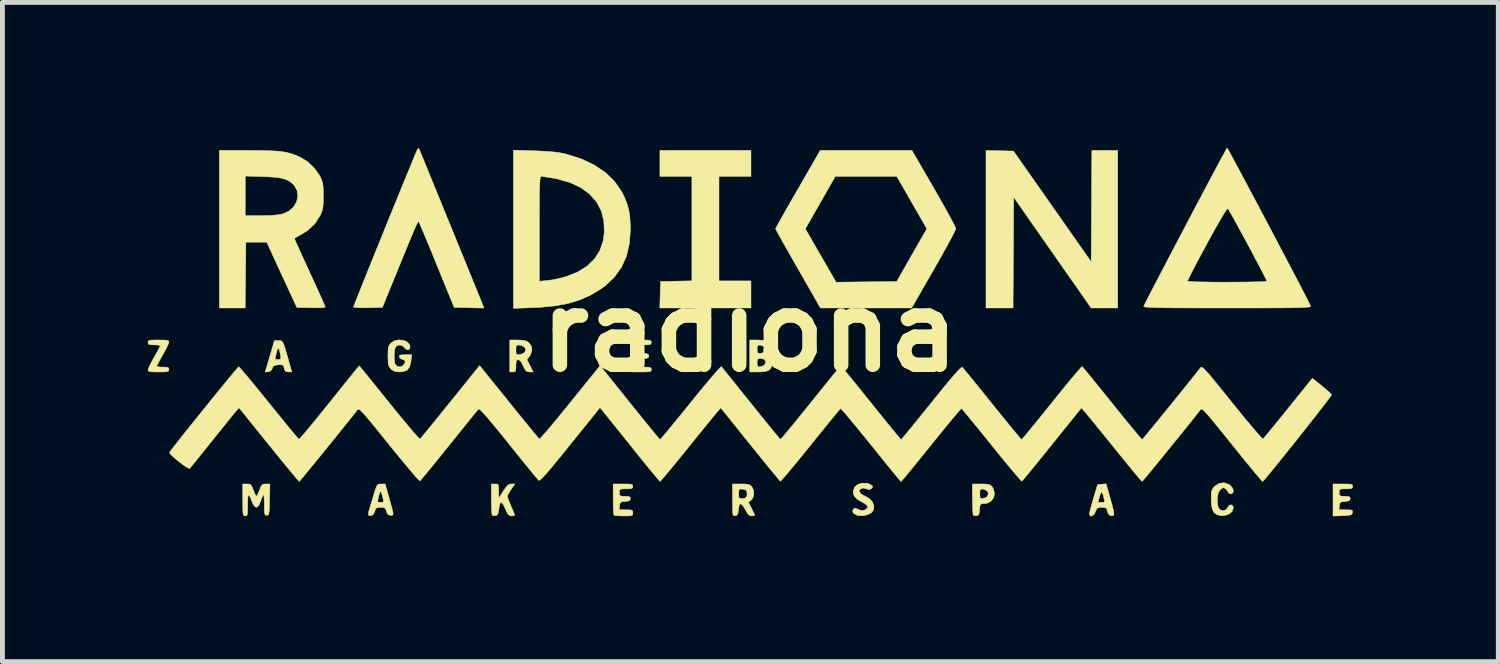
<source format=kicad_pcb>
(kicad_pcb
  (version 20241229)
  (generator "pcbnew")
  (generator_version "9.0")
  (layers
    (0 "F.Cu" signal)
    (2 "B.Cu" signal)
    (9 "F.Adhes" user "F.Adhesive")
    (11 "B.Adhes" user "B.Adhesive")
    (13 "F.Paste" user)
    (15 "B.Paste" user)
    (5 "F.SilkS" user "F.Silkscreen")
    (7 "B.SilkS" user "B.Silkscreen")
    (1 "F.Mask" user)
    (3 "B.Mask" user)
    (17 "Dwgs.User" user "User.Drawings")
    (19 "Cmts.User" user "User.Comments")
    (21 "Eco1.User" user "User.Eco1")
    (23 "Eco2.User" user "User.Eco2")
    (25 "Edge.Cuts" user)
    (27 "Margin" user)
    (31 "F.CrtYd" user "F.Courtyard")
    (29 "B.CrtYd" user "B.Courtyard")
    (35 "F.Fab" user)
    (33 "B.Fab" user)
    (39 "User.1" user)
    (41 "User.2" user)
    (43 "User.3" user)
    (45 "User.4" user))
  (footprint "radiona"
    (layer "F.Cu")
    (at 12.426 3.79)
    (property "Reference" "radiona" (at 0 0 0) (layer "F.SilkS") (effects (font (size 1.524 1.524) (thickness 0.3))))
    (attr through_hole)
    (fp_poly (pts (xy 0.025 -3.2) (xy -0.635 -3.2) (xy -0.635 -1.041) (xy 0.025 -1.041) (xy 0.025 -0.483) (xy -1.856 -0.483) (xy -1.849 -0.756) (xy -1.841 -1.029) (xy -1.194 -1.043) (xy -1.194 -3.2) (xy -1.854 -3.2) (xy -1.854 -3.734) (xy 0.025 -3.734) (xy 0.025 -3.2)) (stroke (width 0.01) (type solid)) (fill yes) (layer "F.SilkS"))
    (fp_poly (pts (xy 5.444 -3.721) (xy 7.048 -1.435) (xy 7.055 -2.584) (xy 7.062 -3.734) (xy 7.595 -3.734) (xy 7.595 -0.483) (xy 7.048 -0.483) (xy 6.248 -1.626) (xy 5.448 -2.77) (xy 5.442 -1.626) (xy 5.435 -0.483) (xy 4.877 -0.483) (xy 4.877 -3.735) (xy 5.444 -3.721)) (stroke (width 0.01) (type solid)) (fill yes) (layer "F.SilkS"))
    (fp_poly (pts (xy -2.134 0.179) (xy -2.073 0.184) (xy -2.043 0.195) (xy -2.033 0.215) (xy -2.032 0.229) (xy -2.038 0.258) (xy -2.064 0.273) (xy -2.122 0.279) (xy -2.173 0.279) (xy -2.315 0.279) (xy -2.307 0.362) (xy -2.297 0.414) (xy -2.273 0.44) (xy -2.219 0.45) (xy -2.191 0.452) (xy -2.121 0.462) (xy -2.089 0.482) (xy -2.083 0.509) (xy -2.091 0.54) (xy -2.123 0.555) (xy -2.193 0.559) (xy -2.197 0.559) (xy -2.267 0.561) (xy -2.301 0.574) (xy -2.311 0.608) (xy -2.311 0.648) (xy -2.311 0.737) (xy -2.172 0.737) (xy -2.091 0.739) (xy -2.049 0.748) (xy -2.033 0.77) (xy -2.032 0.787) (xy -2.036 0.813) (xy -2.056 0.828) (xy -2.101 0.835) (xy -2.182 0.838) (xy -2.235 0.838) (xy -2.438 0.838) (xy -2.438 0.178) (xy -2.235 0.178) (xy -2.134 0.179)) (stroke (width 0.01) (type solid)) (fill yes) (layer "F.SilkS"))
    (fp_poly (pts (xy 2.421 3.137) (xy 2.464 3.15) (xy 2.524 3.181) (xy 2.536 3.211) (xy 2.505 3.248) (xy 2.504 3.25) (xy 2.459 3.267) (xy 2.414 3.252) (xy 2.351 3.235) (xy 2.31 3.239) (xy 2.267 3.27) (xy 2.265 3.314) (xy 2.302 3.359) (xy 2.34 3.38) (xy 2.461 3.446) (xy 2.536 3.525) (xy 2.564 3.614) (xy 2.55 3.695) (xy 2.505 3.748) (xy 2.427 3.786) (xy 2.333 3.806) (xy 2.24 3.801) (xy 2.21 3.792) (xy 2.143 3.756) (xy 2.124 3.712) (xy 2.134 3.682) (xy 2.155 3.653) (xy 2.184 3.651) (xy 2.237 3.675) (xy 2.307 3.7) (xy 2.365 3.692) (xy 2.377 3.687) (xy 2.428 3.648) (xy 2.43 3.604) (xy 2.384 3.559) (xy 2.343 3.538) (xy 2.224 3.469) (xy 2.153 3.393) (xy 2.133 3.311) (xy 2.162 3.223) (xy 2.172 3.207) (xy 2.235 3.157) (xy 2.324 3.133) (xy 2.421 3.137)) (stroke (width 0.01) (type solid)) (fill yes) (layer "F.SilkS"))
    (fp_poly (pts (xy 4.769 3.15) (xy 4.874 3.152) (xy 4.942 3.163) (xy 4.984 3.185) (xy 5.015 3.224) (xy 5.025 3.243) (xy 5.052 3.34) (xy 5.036 3.431) (xy 4.983 3.504) (xy 4.901 3.548) (xy 4.841 3.556) (xy 4.788 3.559) (xy 4.761 3.575) (xy 4.749 3.619) (xy 4.745 3.677) (xy 4.736 3.753) (xy 4.718 3.791) (xy 4.685 3.805) (xy 4.635 3.803) (xy 4.615 3.794) (xy 4.609 3.763) (xy 4.603 3.692) (xy 4.599 3.591) (xy 4.597 3.47) (xy 4.597 3.463) (xy 4.597 3.353) (xy 4.75 3.353) (xy 4.752 3.419) (xy 4.766 3.447) (xy 4.801 3.451) (xy 4.817 3.45) (xy 4.878 3.428) (xy 4.912 3.397) (xy 4.925 3.339) (xy 4.895 3.289) (xy 4.832 3.258) (xy 4.817 3.256) (xy 4.774 3.255) (xy 4.755 3.274) (xy 4.75 3.327) (xy 4.75 3.353) (xy 4.597 3.353) (xy 4.597 3.15) (xy 4.769 3.15)) (stroke (width 0.01) (type solid)) (fill yes) (layer "F.SilkS"))
    (fp_poly (pts (xy 12.344 3.151) (xy 12.405 3.156) (xy 12.435 3.167) (xy 12.445 3.187) (xy 12.446 3.2) (xy 12.44 3.23) (xy 12.414 3.245) (xy 12.355 3.251) (xy 12.306 3.251) (xy 12.226 3.252) (xy 12.185 3.261) (xy 12.169 3.283) (xy 12.167 3.326) (xy 12.167 3.327) (xy 12.17 3.374) (xy 12.189 3.396) (xy 12.238 3.403) (xy 12.281 3.404) (xy 12.353 3.407) (xy 12.386 3.421) (xy 12.395 3.451) (xy 12.395 3.453) (xy 12.385 3.486) (xy 12.347 3.503) (xy 12.287 3.51) (xy 12.219 3.518) (xy 12.186 3.537) (xy 12.174 3.579) (xy 12.171 3.6) (xy 12.163 3.683) (xy 12.306 3.683) (xy 12.387 3.685) (xy 12.429 3.692) (xy 12.443 3.712) (xy 12.441 3.74) (xy 12.433 3.769) (xy 12.412 3.787) (xy 12.366 3.797) (xy 12.286 3.803) (xy 12.236 3.805) (xy 12.04 3.812) (xy 12.04 3.15) (xy 12.243 3.15) (xy 12.344 3.151)) (stroke (width 0.01) (type solid)) (fill yes) (layer "F.SilkS"))
    (fp_poly (pts (xy -9.694 0.191) (xy -9.67 0.196) (xy -9.649 0.213) (xy -9.629 0.248) (xy -9.606 0.307) (xy -9.578 0.397) (xy -9.541 0.525) (xy -9.505 0.654) (xy -9.453 0.838) (xy -9.524 0.838) (xy -9.577 0.829) (xy -9.603 0.792) (xy -9.61 0.761) (xy -9.624 0.712) (xy -9.65 0.691) (xy -9.703 0.689) (xy -9.733 0.691) (xy -9.804 0.701) (xy -9.84 0.723) (xy -9.855 0.762) (xy -9.887 0.816) (xy -9.936 0.833) (xy -10.002 0.841) (xy -9.916 0.548) (xy -9.796 0.548) (xy -9.791 0.575) (xy -9.744 0.584) (xy -9.74 0.584) (xy -9.698 0.581) (xy -9.68 0.563) (xy -9.682 0.515) (xy -9.688 0.476) (xy -9.707 0.39) (xy -9.727 0.351) (xy -9.747 0.359) (xy -9.764 0.417) (xy -9.765 0.419) (xy -9.78 0.491) (xy -9.794 0.544) (xy -9.796 0.548) (xy -9.916 0.548) (xy -9.906 0.516) (xy -9.811 0.191) (xy -9.726 0.191) (xy -9.694 0.191)) (stroke (width 0.01) (type solid)) (fill yes) (layer "F.SilkS"))
    (fp_poly (pts (xy 9.89 3.159) (xy 9.915 3.177) (xy 9.963 3.231) (xy 9.983 3.287) (xy 9.974 3.332) (xy 9.936 3.353) (xy 9.931 3.353) (xy 9.89 3.343) (xy 9.881 3.329) (xy 9.862 3.291) (xy 9.822 3.249) (xy 9.782 3.226) (xy 9.777 3.226) (xy 9.744 3.242) (xy 9.703 3.277) (xy 9.67 3.339) (xy 9.652 3.432) (xy 9.653 3.539) (xy 9.668 3.625) (xy 9.703 3.68) (xy 9.76 3.702) (xy 9.819 3.69) (xy 9.863 3.645) (xy 9.869 3.63) (xy 9.9 3.588) (xy 9.942 3.582) (xy 9.975 3.609) (xy 9.982 3.643) (xy 9.96 3.714) (xy 9.9 3.767) (xy 9.817 3.799) (xy 9.723 3.805) (xy 9.636 3.78) (xy 9.581 3.736) (xy 9.546 3.661) (xy 9.528 3.549) (xy 9.525 3.451) (xy 9.527 3.354) (xy 9.536 3.292) (xy 9.557 3.247) (xy 9.594 3.203) (xy 9.599 3.198) (xy 9.691 3.138) (xy 9.791 3.125) (xy 9.89 3.159)) (stroke (width 0.01) (type solid)) (fill yes) (layer "F.SilkS"))
    (fp_poly (pts (xy -4.687 0.183) (xy -4.616 0.199) (xy -4.563 0.23) (xy -4.509 0.302) (xy -4.496 0.39) (xy -4.525 0.482) (xy -4.548 0.516) (xy -4.599 0.582) (xy -4.534 0.71) (xy -4.47 0.838) (xy -4.545 0.838) (xy -4.592 0.832) (xy -4.626 0.808) (xy -4.658 0.752) (xy -4.676 0.711) (xy -4.72 0.626) (xy -4.762 0.588) (xy -4.778 0.584) (xy -4.807 0.592) (xy -4.821 0.623) (xy -4.826 0.69) (xy -4.826 0.711) (xy -4.828 0.787) (xy -4.839 0.824) (xy -4.864 0.837) (xy -4.889 0.838) (xy -4.953 0.838) (xy -4.953 0.381) (xy -4.826 0.381) (xy -4.824 0.447) (xy -4.809 0.476) (xy -4.772 0.48) (xy -4.746 0.478) (xy -4.681 0.459) (xy -4.638 0.425) (xy -4.625 0.367) (xy -4.656 0.318) (xy -4.721 0.288) (xy -4.746 0.284) (xy -4.797 0.282) (xy -4.82 0.299) (xy -4.826 0.347) (xy -4.826 0.381) (xy -4.953 0.381) (xy -4.953 0.178) (xy -4.791 0.178) (xy -4.687 0.183)) (stroke (width 0.01) (type solid)) (fill yes) (layer "F.SilkS"))
    (fp_poly (pts (xy 7.447 3.468) (xy 7.484 3.603) (xy 7.507 3.697) (xy 7.517 3.757) (xy 7.514 3.79) (xy 7.503 3.802) (xy 7.442 3.804) (xy 7.399 3.761) (xy 7.383 3.711) (xy 7.368 3.66) (xy 7.338 3.637) (xy 7.277 3.632) (xy 7.267 3.632) (xy 7.2 3.637) (xy 7.164 3.659) (xy 7.14 3.713) (xy 7.137 3.721) (xy 7.107 3.777) (xy 7.067 3.809) (xy 7.032 3.812) (xy 7.013 3.781) (xy 7.012 3.766) (xy 7.02 3.724) (xy 7.039 3.646) (xy 7.067 3.543) (xy 7.073 3.524) (xy 7.189 3.524) (xy 7.21 3.529) (xy 7.262 3.531) (xy 7.31 3.528) (xy 7.326 3.511) (xy 7.318 3.464) (xy 7.31 3.435) (xy 7.286 3.354) (xy 7.266 3.321) (xy 7.248 3.334) (xy 7.226 3.393) (xy 7.223 3.406) (xy 7.203 3.474) (xy 7.19 3.517) (xy 7.189 3.524) (xy 7.073 3.524) (xy 7.097 3.442) (xy 7.18 3.162) (xy 7.268 3.155) (xy 7.356 3.147) (xy 7.447 3.468)) (stroke (width 0.01) (type solid)) (fill yes) (layer "F.SilkS"))
    (fp_poly (pts (xy -5.215 3.152) (xy -5.192 3.166) (xy -5.183 3.206) (xy -5.181 3.282) (xy -5.181 3.296) (xy -5.181 3.442) (xy -5.086 3.296) (xy -5.03 3.215) (xy -4.986 3.17) (xy -4.945 3.152) (xy -4.92 3.15) (xy -4.849 3.15) (xy -4.926 3.262) (xy -4.97 3.331) (xy -4.998 3.384) (xy -5.004 3.404) (xy -4.994 3.44) (xy -4.969 3.509) (xy -4.933 3.595) (xy -4.928 3.607) (xy -4.891 3.692) (xy -4.864 3.759) (xy -4.852 3.794) (xy -4.851 3.795) (xy -4.873 3.806) (xy -4.917 3.81) (xy -4.956 3.803) (xy -4.987 3.776) (xy -5.021 3.718) (xy -5.048 3.657) (xy -5.091 3.569) (xy -5.125 3.532) (xy -5.151 3.544) (xy -5.17 3.607) (xy -5.18 3.677) (xy -5.194 3.753) (xy -5.215 3.792) (xy -5.246 3.805) (xy -5.297 3.803) (xy -5.316 3.794) (xy -5.323 3.763) (xy -5.329 3.692) (xy -5.332 3.591) (xy -5.334 3.47) (xy -5.334 3.463) (xy -5.334 3.15) (xy -5.258 3.15) (xy -5.215 3.152)) (stroke (width 0.01) (type solid)) (fill yes) (layer "F.SilkS"))
    (fp_poly (pts (xy -12.098 0.179) (xy -12.033 0.185) (xy -12 0.196) (xy -11.989 0.214) (xy -11.989 0.219) (xy -12.001 0.258) (xy -12.033 0.329) (xy -12.081 0.42) (xy -12.116 0.483) (xy -12.169 0.577) (xy -12.212 0.656) (xy -12.237 0.707) (xy -12.243 0.721) (xy -12.22 0.73) (xy -12.162 0.736) (xy -12.116 0.737) (xy -12.04 0.739) (xy -12.002 0.751) (xy -11.989 0.776) (xy -11.989 0.787) (xy -11.993 0.812) (xy -12.011 0.827) (xy -12.055 0.835) (xy -12.133 0.838) (xy -12.205 0.838) (xy -12.311 0.837) (xy -12.376 0.831) (xy -12.41 0.82) (xy -12.42 0.802) (xy -12.421 0.797) (xy -12.409 0.758) (xy -12.376 0.687) (xy -12.329 0.596) (xy -12.294 0.533) (xy -12.24 0.439) (xy -12.198 0.36) (xy -12.172 0.309) (xy -12.167 0.295) (xy -12.189 0.286) (xy -12.248 0.28) (xy -12.294 0.279) (xy -12.37 0.277) (xy -12.408 0.265) (xy -12.42 0.24) (xy -12.421 0.229) (xy -12.417 0.204) (xy -12.398 0.189) (xy -12.355 0.181) (xy -12.277 0.178) (xy -12.205 0.178) (xy -12.098 0.179)) (stroke (width 0.01) (type solid)) (fill yes) (layer "F.SilkS"))
    (fp_poly (pts (xy -7.157 0.183) (xy -7.079 0.213) (xy -7.027 0.263) (xy -7.01 0.319) (xy -7.026 0.368) (xy -7.065 0.381) (xy -7.111 0.356) (xy -7.132 0.33) (xy -7.181 0.289) (xy -7.244 0.282) (xy -7.299 0.308) (xy -7.314 0.329) (xy -7.332 0.392) (xy -7.339 0.483) (xy -7.337 0.58) (xy -7.324 0.66) (xy -7.314 0.687) (xy -7.27 0.728) (xy -7.212 0.733) (xy -7.157 0.707) (xy -7.12 0.655) (xy -7.112 0.613) (xy -7.134 0.59) (xy -7.169 0.58) (xy -7.217 0.556) (xy -7.234 0.527) (xy -7.232 0.501) (xy -7.204 0.487) (xy -7.141 0.483) (xy -7.11 0.483) (xy -6.978 0.483) (xy -6.993 0.616) (xy -7.019 0.727) (xy -7.068 0.797) (xy -7.149 0.831) (xy -7.23 0.838) (xy -7.32 0.829) (xy -7.385 0.795) (xy -7.405 0.776) (xy -7.437 0.739) (xy -7.455 0.698) (xy -7.465 0.638) (xy -7.467 0.545) (xy -7.468 0.508) (xy -7.466 0.403) (xy -7.459 0.334) (xy -7.444 0.288) (xy -7.416 0.252) (xy -7.405 0.24) (xy -7.333 0.194) (xy -7.246 0.176) (xy -7.157 0.183)) (stroke (width 0.01) (type solid)) (fill yes) (layer "F.SilkS"))
    (fp_poly (pts (xy -2.515 3.151) (xy -2.454 3.156) (xy -2.424 3.167) (xy -2.414 3.187) (xy -2.413 3.2) (xy -2.419 3.23) (xy -2.445 3.245) (xy -2.504 3.251) (xy -2.553 3.251) (xy -2.633 3.252) (xy -2.674 3.261) (xy -2.69 3.283) (xy -2.692 3.326) (xy -2.692 3.327) (xy -2.689 3.374) (xy -2.67 3.396) (xy -2.621 3.403) (xy -2.578 3.404) (xy -2.506 3.407) (xy -2.473 3.421) (xy -2.464 3.451) (xy -2.464 3.453) (xy -2.474 3.486) (xy -2.512 3.503) (xy -2.572 3.51) (xy -2.64 3.518) (xy -2.673 3.537) (xy -2.685 3.579) (xy -2.688 3.6) (xy -2.696 3.683) (xy -2.554 3.683) (xy -2.474 3.685) (xy -2.432 3.693) (xy -2.415 3.714) (xy -2.413 3.747) (xy -2.415 3.779) (xy -2.43 3.798) (xy -2.468 3.807) (xy -2.539 3.81) (xy -2.599 3.81) (xy -2.692 3.808) (xy -2.764 3.802) (xy -2.801 3.794) (xy -2.802 3.793) (xy -2.809 3.763) (xy -2.814 3.692) (xy -2.818 3.591) (xy -2.819 3.47) (xy -2.819 3.463) (xy -2.819 3.15) (xy -2.616 3.15) (xy -2.515 3.151)) (stroke (width 0.01) (type solid)) (fill yes) (layer "F.SilkS"))
    (fp_poly (pts (xy -7.442 3.448) (xy -7.404 3.585) (xy -7.378 3.681) (xy -7.364 3.742) (xy -7.362 3.777) (xy -7.371 3.793) (xy -7.39 3.797) (xy -7.415 3.797) (xy -7.463 3.785) (xy -7.491 3.741) (xy -7.498 3.715) (xy -7.518 3.661) (xy -7.549 3.638) (xy -7.611 3.632) (xy -7.62 3.632) (xy -7.686 3.636) (xy -7.72 3.657) (xy -7.739 3.707) (xy -7.741 3.715) (xy -7.773 3.782) (xy -7.818 3.805) (xy -7.864 3.799) (xy -7.874 3.777) (xy -7.867 3.728) (xy -7.85 3.668) (xy -7.832 3.61) (xy -7.805 3.52) (xy -7.795 3.486) (xy -7.678 3.486) (xy -7.676 3.519) (xy -7.652 3.53) (xy -7.62 3.531) (xy -7.578 3.528) (xy -7.562 3.513) (xy -7.565 3.47) (xy -7.577 3.416) (xy -7.596 3.349) (xy -7.613 3.308) (xy -7.62 3.302) (xy -7.635 3.324) (xy -7.654 3.381) (xy -7.663 3.416) (xy -7.678 3.486) (xy -7.795 3.486) (xy -7.773 3.413) (xy -7.761 3.372) (xy -7.729 3.267) (xy -7.705 3.202) (xy -7.684 3.167) (xy -7.657 3.152) (xy -7.62 3.15) (xy -7.61 3.15) (xy -7.526 3.15) (xy -7.442 3.448)) (stroke (width 0.01) (type solid)) (fill yes) (layer "F.SilkS"))
    (fp_poly (pts (xy 0.306 0.187) (xy 0.395 0.215) (xy 0.444 0.264) (xy 0.457 0.326) (xy 0.443 0.4) (xy 0.42 0.449) (xy 0.395 0.492) (xy 0.405 0.52) (xy 0.42 0.534) (xy 0.445 0.58) (xy 0.457 0.652) (xy 0.457 0.662) (xy 0.446 0.741) (xy 0.407 0.794) (xy 0.334 0.825) (xy 0.221 0.837) (xy 0.172 0.838) (xy 0 0.838) (xy 0 0.649) (xy 0.152 0.649) (xy 0.156 0.709) (xy 0.175 0.732) (xy 0.219 0.732) (xy 0.22 0.732) (xy 0.28 0.711) (xy 0.313 0.683) (xy 0.329 0.623) (xy 0.301 0.578) (xy 0.237 0.559) (xy 0.229 0.559) (xy 0.178 0.564) (xy 0.157 0.588) (xy 0.152 0.647) (xy 0.152 0.649) (xy 0 0.649) (xy 0 0.366) (xy 0.152 0.366) (xy 0.152 0.367) (xy 0.157 0.428) (xy 0.178 0.453) (xy 0.213 0.457) (xy 0.274 0.441) (xy 0.307 0.417) (xy 0.324 0.365) (xy 0.3 0.318) (xy 0.241 0.288) (xy 0.22 0.284) (xy 0.175 0.284) (xy 0.156 0.307) (xy 0.152 0.366) (xy 0 0.366) (xy 0 0.178) (xy 0.172 0.178) (xy 0.306 0.187)) (stroke (width 0.01) (type solid)) (fill yes) (layer "F.SilkS"))
    (fp_poly (pts (xy -0.082 3.152) (xy -0.019 3.163) (xy 0.022 3.185) (xy 0.039 3.202) (xy 0.079 3.277) (xy 0.085 3.364) (xy 0.061 3.445) (xy 0.029 3.482) (xy -0.028 3.528) (xy 0.037 3.655) (xy 0.072 3.727) (xy 0.096 3.779) (xy 0.102 3.796) (xy 0.08 3.807) (xy 0.039 3.81) (xy -0.005 3.8) (xy -0.043 3.763) (xy -0.086 3.689) (xy -0.089 3.683) (xy -0.14 3.597) (xy -0.181 3.56) (xy -0.211 3.572) (xy -0.229 3.633) (xy -0.234 3.677) (xy -0.242 3.752) (xy -0.259 3.79) (xy -0.292 3.804) (xy -0.298 3.805) (xy -0.322 3.807) (xy -0.338 3.799) (xy -0.348 3.774) (xy -0.353 3.724) (xy -0.355 3.64) (xy -0.356 3.515) (xy -0.356 3.482) (xy -0.356 3.351) (xy -0.229 3.351) (xy -0.225 3.418) (xy -0.209 3.447) (xy -0.173 3.454) (xy -0.171 3.454) (xy -0.11 3.445) (xy -0.081 3.432) (xy -0.058 3.393) (xy -0.055 3.337) (xy -0.069 3.285) (xy -0.107 3.262) (xy -0.146 3.256) (xy -0.199 3.254) (xy -0.222 3.27) (xy -0.228 3.318) (xy -0.229 3.351) (xy -0.356 3.351) (xy -0.356 3.15) (xy -0.182 3.15) (xy -0.082 3.152)) (stroke (width 0.01) (type solid)) (fill yes) (layer "F.SilkS"))
    (fp_poly (pts (xy -10.327 3.153) (xy -10.294 3.173) (xy -10.267 3.221) (xy -10.246 3.277) (xy -10.218 3.348) (xy -10.193 3.394) (xy -10.183 3.404) (xy -10.165 3.382) (xy -10.139 3.326) (xy -10.119 3.277) (xy -10.09 3.202) (xy -10.063 3.165) (xy -10.026 3.151) (xy -9.989 3.15) (xy -9.904 3.15) (xy -9.912 3.473) (xy -9.915 3.607) (xy -9.919 3.698) (xy -9.926 3.754) (xy -9.936 3.784) (xy -9.952 3.795) (xy -9.97 3.797) (xy -9.994 3.793) (xy -10.009 3.775) (xy -10.017 3.732) (xy -10.02 3.655) (xy -10.02 3.577) (xy -10.022 3.48) (xy -10.027 3.408) (xy -10.034 3.371) (xy -10.037 3.368) (xy -10.054 3.396) (xy -10.08 3.457) (xy -10.097 3.505) (xy -10.135 3.594) (xy -10.175 3.632) (xy -10.215 3.619) (xy -10.256 3.555) (xy -10.274 3.512) (xy -10.31 3.423) (xy -10.335 3.38) (xy -10.351 3.384) (xy -10.36 3.435) (xy -10.363 3.536) (xy -10.363 3.576) (xy -10.364 3.686) (xy -10.368 3.755) (xy -10.377 3.792) (xy -10.393 3.807) (xy -10.414 3.81) (xy -10.435 3.807) (xy -10.449 3.793) (xy -10.458 3.761) (xy -10.463 3.7) (xy -10.464 3.605) (xy -10.465 3.48) (xy -10.465 3.15) (xy -10.378 3.15) (xy -10.327 3.153)) (stroke (width 0.01) (type solid)) (fill yes) (layer "F.SilkS"))
    (fp_poly (pts (xy 3.801 -2.953) (xy 3.906 -2.77) (xy 4.002 -2.6) (xy 4.087 -2.447) (xy 4.158 -2.317) (xy 4.211 -2.216) (xy 4.244 -2.148) (xy 4.254 -2.121) (xy 4.242 -2.088) (xy 4.207 -2.016) (xy 4.152 -1.911) (xy 4.08 -1.778) (xy 3.994 -1.623) (xy 3.897 -1.45) (xy 3.798 -1.276) (xy 3.342 -0.483) (xy 2.401 -0.483) (xy 1.46 -0.483) (xy 0.997 -1.292) (xy 0.891 -1.476) (xy 0.794 -1.647) (xy 0.708 -1.799) (xy 0.636 -1.927) (xy 0.581 -2.026) (xy 0.546 -2.092) (xy 0.534 -2.117) (xy 1.147 -2.117) (xy 1.263 -1.916) (xy 1.318 -1.819) (xy 1.391 -1.693) (xy 1.473 -1.552) (xy 1.555 -1.409) (xy 1.581 -1.365) (xy 1.782 -1.015) (xy 2.408 -1.022) (xy 3.034 -1.029) (xy 3.345 -1.574) (xy 3.656 -2.119) (xy 3.611 -2.196) (xy 3.585 -2.241) (xy 3.539 -2.322) (xy 3.476 -2.432) (xy 3.401 -2.561) (xy 3.32 -2.703) (xy 3.301 -2.737) (xy 3.035 -3.2) (xy 2.4 -3.199) (xy 1.765 -3.199) (xy 1.524 -2.776) (xy 1.443 -2.634) (xy 1.366 -2.5) (xy 1.299 -2.382) (xy 1.246 -2.289) (xy 1.215 -2.235) (xy 1.147 -2.117) (xy 0.534 -2.117) (xy 0.533 -2.118) (xy 0.533 -2.118) (xy 0.546 -2.144) (xy 0.581 -2.208) (xy 0.635 -2.306) (xy 0.707 -2.434) (xy 0.793 -2.585) (xy 0.89 -2.754) (xy 0.994 -2.935) (xy 1.455 -3.734) (xy 3.348 -3.734) (xy 3.801 -2.953)) (stroke (width 0.01) (type solid)) (fill yes) (layer "F.SilkS"))
    (fp_poly (pts (xy -4.439 -3.727) (xy -4.235 -3.718) (xy -4.071 -3.706) (xy -3.936 -3.69) (xy -3.82 -3.667) (xy -3.791 -3.66) (xy -3.483 -3.563) (xy -3.213 -3.436) (xy -2.982 -3.281) (xy -2.793 -3.099) (xy -2.647 -2.889) (xy -2.605 -2.809) (xy -2.542 -2.661) (xy -2.5 -2.52) (xy -2.475 -2.369) (xy -2.465 -2.192) (xy -2.464 -2.1) (xy -2.484 -1.812) (xy -2.545 -1.554) (xy -2.648 -1.324) (xy -2.793 -1.121) (xy -2.98 -0.943) (xy -3.084 -0.868) (xy -3.292 -0.745) (xy -3.509 -0.649) (xy -3.745 -0.577) (xy -4.008 -0.528) (xy -4.307 -0.498) (xy -4.464 -0.49) (xy -4.877 -0.475) (xy -4.877 -2.117) (xy -4.343 -2.117) (xy -4.343 -1.034) (xy -4.167 -1.051) (xy -4.051 -1.067) (xy -3.916 -1.096) (xy -3.792 -1.13) (xy -3.79 -1.13) (xy -3.55 -1.226) (xy -3.354 -1.349) (xy -3.201 -1.498) (xy -3.091 -1.674) (xy -3.024 -1.877) (xy -3.002 -2.047) (xy -3.012 -2.28) (xy -3.066 -2.49) (xy -3.164 -2.675) (xy -3.304 -2.834) (xy -3.485 -2.966) (xy -3.706 -3.071) (xy -3.967 -3.145) (xy -4.051 -3.162) (xy -4.155 -3.179) (xy -4.242 -3.192) (xy -4.298 -3.2) (xy -4.309 -3.2) (xy -4.317 -3.193) (xy -4.324 -3.169) (xy -4.33 -3.123) (xy -4.335 -3.053) (xy -4.338 -2.952) (xy -4.341 -2.818) (xy -4.342 -2.647) (xy -4.343 -2.434) (xy -4.343 -2.175) (xy -4.343 -2.117) (xy -4.877 -2.117) (xy -4.877 -3.74) (xy -4.439 -3.727)) (stroke (width 0.01) (type solid)) (fill yes) (layer "F.SilkS"))
    (fp_poly (pts (xy -6.823 -3.762) (xy -6.811 -3.734) (xy -6.798 -3.7) (xy -6.766 -3.622) (xy -6.719 -3.507) (xy -6.658 -3.357) (xy -6.585 -3.177) (xy -6.5 -2.971) (xy -6.407 -2.743) (xy -6.307 -2.498) (xy -6.202 -2.24) (xy -6.189 -2.21) (xy -6.082 -1.948) (xy -5.98 -1.697) (xy -5.883 -1.461) (xy -5.795 -1.244) (xy -5.717 -1.052) (xy -5.65 -0.889) (xy -5.598 -0.759) (xy -5.56 -0.667) (xy -5.54 -0.617) (xy -5.539 -0.615) (xy -5.487 -0.481) (xy -5.794 -0.488) (xy -6.101 -0.495) (xy -6.461 -1.376) (xy -6.542 -1.575) (xy -6.618 -1.76) (xy -6.686 -1.924) (xy -6.744 -2.062) (xy -6.79 -2.17) (xy -6.821 -2.241) (xy -6.835 -2.272) (xy -6.836 -2.272) (xy -6.85 -2.255) (xy -6.879 -2.198) (xy -6.921 -2.107) (xy -6.971 -1.99) (xy -7.025 -1.861) (xy -7.095 -1.689) (xy -7.177 -1.489) (xy -7.262 -1.28) (xy -7.344 -1.08) (xy -7.391 -0.965) (xy -7.583 -0.495) (xy -7.881 -0.488) (xy -8 -0.487) (xy -8.096 -0.49) (xy -8.158 -0.496) (xy -8.179 -0.504) (xy -8.169 -0.531) (xy -8.143 -0.6) (xy -8.101 -0.706) (xy -8.045 -0.846) (xy -7.978 -1.014) (xy -7.901 -1.205) (xy -7.816 -1.416) (xy -7.725 -1.641) (xy -7.63 -1.875) (xy -7.533 -2.115) (xy -7.436 -2.355) (xy -7.34 -2.59) (xy -7.248 -2.816) (xy -7.161 -3.029) (xy -7.081 -3.223) (xy -7.011 -3.394) (xy -6.952 -3.538) (xy -6.906 -3.649) (xy -6.874 -3.723) (xy -6.86 -3.755) (xy -6.84 -3.779) (xy -6.823 -3.762)) (stroke (width 0.01) (type solid)) (fill yes) (layer "F.SilkS"))
    (fp_poly (pts (xy -10.106 -3.733) (xy -9.924 -3.729) (xy -9.776 -3.722) (xy -9.656 -3.71) (xy -9.553 -3.692) (xy -9.461 -3.667) (xy -9.371 -3.635) (xy -9.279 -3.595) (xy -9.13 -3.504) (xy -8.994 -3.377) (xy -8.887 -3.23) (xy -8.864 -3.188) (xy -8.835 -3.122) (xy -8.816 -3.058) (xy -8.806 -2.982) (xy -8.802 -2.879) (xy -8.801 -2.794) (xy -8.803 -2.669) (xy -8.808 -2.579) (xy -8.821 -2.509) (xy -8.843 -2.446) (xy -8.872 -2.384) (xy -8.982 -2.216) (xy -9.134 -2.077) (xy -9.27 -1.994) (xy -9.34 -1.957) (xy -9.386 -1.927) (xy -9.398 -1.915) (xy -9.388 -1.89) (xy -9.359 -1.823) (xy -9.314 -1.723) (xy -9.255 -1.594) (xy -9.186 -1.442) (xy -9.108 -1.272) (xy -9.081 -1.213) (xy -9.001 -1.039) (xy -8.928 -0.88) (xy -8.865 -0.741) (xy -8.815 -0.629) (xy -8.781 -0.549) (xy -8.764 -0.507) (xy -8.763 -0.503) (xy -8.787 -0.495) (xy -8.851 -0.489) (xy -8.946 -0.487) (xy -9.056 -0.488) (xy -9.349 -0.495) (xy -9.66 -1.168) (xy -9.97 -1.841) (xy -10.401 -1.841) (xy -10.415 -0.483) (xy -10.947 -0.483) (xy -10.947 -2.388) (xy -10.414 -2.388) (xy -10.088 -2.388) (xy -9.883 -2.392) (xy -9.726 -2.407) (xy -9.634 -2.426) (xy -9.51 -2.484) (xy -9.415 -2.569) (xy -9.354 -2.673) (xy -9.328 -2.787) (xy -9.341 -2.9) (xy -9.396 -3.005) (xy -9.431 -3.043) (xy -9.497 -3.096) (xy -9.572 -3.134) (xy -9.667 -3.162) (xy -9.789 -3.18) (xy -9.948 -3.191) (xy -10.052 -3.195) (xy -10.414 -3.206) (xy -10.414 -2.388) (xy -10.947 -2.388) (xy -10.947 -3.734) (xy -10.33 -3.734) (xy -10.106 -3.733)) (stroke (width 0.01) (type solid)) (fill yes) (layer "F.SilkS"))
    (fp_poly (pts (xy 9.868 -3.763) (xy 9.903 -3.7) (xy 9.957 -3.601) (xy 10.028 -3.47) (xy 10.113 -3.312) (xy 10.21 -3.13) (xy 10.317 -2.928) (xy 10.432 -2.712) (xy 10.552 -2.486) (xy 10.675 -2.253) (xy 10.799 -2.018) (xy 10.921 -1.786) (xy 11.04 -1.561) (xy 11.152 -1.347) (xy 11.256 -1.148) (xy 11.35 -0.969) (xy 11.43 -0.813) (xy 11.496 -0.687) (xy 11.543 -0.593) (xy 11.571 -0.535) (xy 11.578 -0.52) (xy 11.575 -0.513) (xy 11.559 -0.506) (xy 11.528 -0.501) (xy 11.477 -0.496) (xy 11.404 -0.493) (xy 11.305 -0.49) (xy 11.177 -0.487) (xy 11.016 -0.485) (xy 10.819 -0.484) (xy 10.583 -0.483) (xy 10.303 -0.483) (xy 9.978 -0.483) (xy 9.855 -0.483) (xy 9.508 -0.483) (xy 9.209 -0.483) (xy 8.954 -0.484) (xy 8.74 -0.485) (xy 8.564 -0.487) (xy 8.424 -0.49) (xy 8.315 -0.493) (xy 8.234 -0.497) (xy 8.179 -0.501) (xy 8.147 -0.507) (xy 8.133 -0.513) (xy 8.132 -0.516) (xy 8.146 -0.545) (xy 8.18 -0.615) (xy 8.234 -0.72) (xy 8.304 -0.856) (xy 8.389 -1.019) (xy 8.397 -1.035) (xy 9.036 -1.035) (xy 9.062 -1.03) (xy 9.134 -1.026) (xy 9.244 -1.022) (xy 9.387 -1.02) (xy 9.555 -1.017) (xy 9.744 -1.016) (xy 9.855 -1.016) (xy 10.053 -1.017) (xy 10.234 -1.018) (xy 10.392 -1.021) (xy 10.52 -1.024) (xy 10.614 -1.028) (xy 10.667 -1.032) (xy 10.676 -1.035) (xy 10.666 -1.06) (xy 10.635 -1.122) (xy 10.587 -1.217) (xy 10.524 -1.337) (xy 10.45 -1.476) (xy 10.37 -1.629) (xy 10.285 -1.787) (xy 10.199 -1.946) (xy 10.116 -2.099) (xy 10.039 -2.239) (xy 9.972 -2.361) (xy 9.918 -2.457) (xy 9.88 -2.522) (xy 9.872 -2.535) (xy 9.855 -2.527) (xy 9.818 -2.477) (xy 9.761 -2.386) (xy 9.683 -2.252) (xy 9.583 -2.076) (xy 9.461 -1.854) (xy 9.438 -1.811) (xy 9.341 -1.632) (xy 9.252 -1.466) (xy 9.175 -1.32) (xy 9.113 -1.199) (xy 9.067 -1.107) (xy 9.041 -1.051) (xy 9.036 -1.035) (xy 8.397 -1.035) (xy 8.486 -1.205) (xy 8.593 -1.41) (xy 8.707 -1.628) (xy 8.827 -1.856) (xy 8.95 -2.09) (xy 9.073 -2.324) (xy 9.195 -2.556) (xy 9.314 -2.78) (xy 9.426 -2.992) (xy 9.53 -3.188) (xy 9.624 -3.363) (xy 9.704 -3.514) (xy 9.77 -3.635) (xy 9.818 -3.724) (xy 9.847 -3.774) (xy 9.854 -3.785) (xy 9.868 -3.763)) (stroke (width 0.01) (type solid)) (fill yes) (layer "F.SilkS"))
    (fp_poly (pts (xy -5.528 0.766) (xy -5.501 0.8) (xy -5.446 0.867) (xy -5.368 0.965) (xy -5.269 1.087) (xy -5.155 1.228) (xy -5.029 1.384) (xy -4.922 1.518) (xy -4.791 1.68) (xy -4.67 1.829) (xy -4.562 1.96) (xy -4.472 2.07) (xy -4.403 2.154) (xy -4.358 2.206) (xy -4.343 2.223) (xy -4.323 2.207) (xy -4.275 2.155) (xy -4.202 2.072) (xy -4.108 1.962) (xy -3.997 1.828) (xy -3.873 1.676) (xy -3.737 1.51) (xy -3.708 1.473) (xy -3.571 1.304) (xy -3.445 1.148) (xy -3.333 1.009) (xy -3.237 0.892) (xy -3.163 0.8) (xy -3.113 0.739) (xy -3.09 0.712) (xy -3.089 0.711) (xy -3.073 0.73) (xy -3.028 0.785) (xy -2.959 0.87) (xy -2.868 0.983) (xy -2.76 1.118) (xy -2.637 1.271) (xy -2.503 1.438) (xy -2.476 1.472) (xy -2.34 1.641) (xy -2.213 1.798) (xy -2.1 1.937) (xy -2.004 2.054) (xy -1.929 2.146) (xy -1.877 2.207) (xy -1.852 2.233) (xy -1.851 2.234) (xy -1.832 2.215) (xy -1.785 2.161) (xy -1.713 2.076) (xy -1.62 1.963) (xy -1.51 1.829) (xy -1.385 1.675) (xy -1.25 1.508) (xy -1.22 1.471) (xy -1.083 1.302) (xy -0.956 1.147) (xy -0.841 1.01) (xy -0.744 0.896) (xy -0.667 0.808) (xy -0.613 0.751) (xy -0.587 0.728) (xy -0.585 0.728) (xy -0.565 0.752) (xy -0.518 0.811) (xy -0.445 0.901) (xy -0.352 1.017) (xy -0.242 1.154) (xy -0.118 1.309) (xy 0.016 1.475) (xy 0.025 1.486) (xy 0.159 1.653) (xy 0.283 1.807) (xy 0.394 1.943) (xy 0.488 2.058) (xy 0.562 2.147) (xy 0.611 2.206) (xy 0.632 2.229) (xy 0.633 2.229) (xy 0.652 2.211) (xy 0.699 2.158) (xy 0.77 2.074) (xy 0.863 1.962) (xy 0.973 1.828) (xy 1.097 1.675) (xy 1.232 1.508) (xy 1.258 1.475) (xy 1.394 1.306) (xy 1.52 1.149) (xy 1.633 1.01) (xy 1.728 0.893) (xy 1.804 0.802) (xy 1.855 0.741) (xy 1.878 0.715) (xy 1.88 0.714) (xy 1.898 0.733) (xy 1.944 0.787) (xy 2.015 0.873) (xy 2.107 0.986) (xy 2.217 1.121) (xy 2.341 1.274) (xy 2.475 1.441) (xy 2.502 1.474) (xy 2.638 1.644) (xy 2.764 1.8) (xy 2.877 1.939) (xy 2.973 2.056) (xy 3.048 2.147) (xy 3.099 2.208) (xy 3.123 2.234) (xy 3.124 2.235) (xy 3.142 2.216) (xy 3.189 2.161) (xy 3.26 2.075) (xy 3.352 1.963) (xy 3.462 1.828) (xy 3.586 1.675) (xy 3.721 1.508) (xy 3.747 1.475) (xy 3.918 1.263) (xy 4.06 1.09) (xy 4.174 0.953) (xy 4.263 0.852) (xy 4.326 0.784) (xy 4.367 0.747) (xy 4.386 0.741) (xy 4.408 0.765) (xy 4.458 0.825) (xy 4.533 0.916) (xy 4.628 1.032) (xy 4.74 1.17) (xy 4.865 1.325) (xy 5 1.492) (xy 5.006 1.5) (xy 5.14 1.666) (xy 5.265 1.82) (xy 5.375 1.955) (xy 5.469 2.069) (xy 5.542 2.156) (xy 5.59 2.213) (xy 5.611 2.235) (xy 5.612 2.235) (xy 5.63 2.215) (xy 5.677 2.161) (xy 5.748 2.075) (xy 5.841 1.962) (xy 5.951 1.827) (xy 6.075 1.674) (xy 6.209 1.507) (xy 6.235 1.475) (xy 6.371 1.306) (xy 6.497 1.15) (xy 6.61 1.013) (xy 6.707 0.898) (xy 6.783 0.808) (xy 6.835 0.75) (xy 6.86 0.726) (xy 6.861 0.726) (xy 6.88 0.747) (xy 6.927 0.804) (xy 6.999 0.891) (xy 7.093 1.006) (xy 7.203 1.142) (xy 7.327 1.295) (xy 7.462 1.462) (xy 7.481 1.486) (xy 7.616 1.654) (xy 7.742 1.808) (xy 7.854 1.946) (xy 7.95 2.061) (xy 8.025 2.15) (xy 8.076 2.209) (xy 8.099 2.233) (xy 8.1 2.234) (xy 8.117 2.215) (xy 8.163 2.161) (xy 8.232 2.078) (xy 8.32 1.971) (xy 8.423 1.846) (xy 8.536 1.706) (xy 8.657 1.558) (xy 8.779 1.407) (xy 8.9 1.258) (xy 9.014 1.116) (xy 9.118 0.986) (xy 9.208 0.873) (xy 9.278 0.784) (xy 9.299 0.757) (xy 9.31 0.745) (xy 9.324 0.741) (xy 9.343 0.747) (xy 9.37 0.767) (xy 9.408 0.806) (xy 9.462 0.865) (xy 9.533 0.949) (xy 9.625 1.061) (xy 9.741 1.204) (xy 9.885 1.382) (xy 9.955 1.47) (xy 10.093 1.639) (xy 10.22 1.795) (xy 10.335 1.933) (xy 10.433 2.048) (xy 10.511 2.138) (xy 10.565 2.197) (xy 10.591 2.221) (xy 10.593 2.222) (xy 10.614 2.199) (xy 10.663 2.142) (xy 10.735 2.055) (xy 10.827 1.942) (xy 10.935 1.81) (xy 11.054 1.663) (xy 11.115 1.588) (xy 11.614 0.968) (xy 11.809 1.125) (xy 11.892 1.195) (xy 11.959 1.254) (xy 12 1.295) (xy 12.009 1.308) (xy 11.995 1.332) (xy 11.953 1.391) (xy 11.886 1.479) (xy 11.799 1.592) (xy 11.696 1.725) (xy 11.58 1.872) (xy 11.456 2.03) (xy 11.326 2.193) (xy 11.196 2.357) (xy 11.069 2.515) (xy 10.949 2.664) (xy 10.84 2.799) (xy 10.745 2.915) (xy 10.669 3.006) (xy 10.616 3.068) (xy 10.589 3.096) (xy 10.586 3.097) (xy 10.567 3.079) (xy 10.519 3.024) (xy 10.447 2.939) (xy 10.354 2.827) (xy 10.243 2.692) (xy 10.119 2.538) (xy 9.984 2.371) (xy 9.954 2.334) (xy 9.798 2.14) (xy 9.67 1.982) (xy 9.568 1.857) (xy 9.489 1.762) (xy 9.428 1.693) (xy 9.384 1.646) (xy 9.352 1.618) (xy 9.33 1.606) (xy 9.315 1.607) (xy 9.303 1.616) (xy 9.299 1.622) (xy 9.242 1.694) (xy 9.165 1.792) (xy 9.07 1.911) (xy 8.962 2.045) (xy 8.845 2.19) (xy 8.724 2.339) (xy 8.602 2.489) (xy 8.485 2.633) (xy 8.376 2.767) (xy 8.279 2.885) (xy 8.199 2.981) (xy 8.14 3.052) (xy 8.106 3.091) (xy 8.099 3.097) (xy 8.08 3.079) (xy 8.033 3.024) (xy 7.961 2.939) (xy 7.868 2.827) (xy 7.758 2.692) (xy 7.633 2.539) (xy 7.498 2.372) (xy 7.468 2.335) (xy 7.332 2.166) (xy 7.205 2.01) (xy 7.092 1.872) (xy 6.997 1.756) (xy 6.921 1.665) (xy 6.87 1.605) (xy 6.847 1.58) (xy 6.846 1.579) (xy 6.829 1.6) (xy 6.783 1.656) (xy 6.713 1.744) (xy 6.622 1.857) (xy 6.512 1.993) (xy 6.389 2.146) (xy 6.255 2.313) (xy 6.236 2.337) (xy 6.1 2.505) (xy 5.974 2.661) (xy 5.862 2.799) (xy 5.766 2.916) (xy 5.691 3.006) (xy 5.64 3.067) (xy 5.617 3.092) (xy 5.616 3.093) (xy 5.596 3.075) (xy 5.549 3.022) (xy 5.477 2.938) (xy 5.384 2.827) (xy 5.273 2.694) (xy 5.149 2.542) (xy 5.014 2.376) (xy 4.993 2.349) (xy 4.857 2.181) (xy 4.731 2.025) (xy 4.618 1.887) (xy 4.522 1.77) (xy 4.447 1.678) (xy 4.396 1.617) (xy 4.373 1.591) (xy 4.372 1.59) (xy 4.353 1.607) (xy 4.306 1.66) (xy 4.235 1.744) (xy 4.142 1.854) (xy 4.032 1.988) (xy 3.908 2.14) (xy 3.773 2.307) (xy 3.747 2.34) (xy 3.61 2.509) (xy 3.484 2.665) (xy 3.371 2.804) (xy 3.275 2.921) (xy 3.2 3.011) (xy 3.148 3.072) (xy 3.125 3.098) (xy 3.123 3.099) (xy 3.105 3.08) (xy 3.059 3.025) (xy 2.987 2.94) (xy 2.895 2.827) (xy 2.785 2.692) (xy 2.661 2.539) (xy 2.527 2.372) (xy 2.501 2.34) (xy 2.365 2.171) (xy 2.239 2.016) (xy 2.125 1.879) (xy 2.029 1.763) (xy 1.953 1.674) (xy 1.9 1.616) (xy 1.875 1.592) (xy 1.874 1.592) (xy 1.855 1.613) (xy 1.807 1.67) (xy 1.735 1.758) (xy 1.641 1.872) (xy 1.531 2.008) (xy 1.406 2.161) (xy 1.271 2.328) (xy 1.253 2.351) (xy 1.118 2.519) (xy 0.992 2.673) (xy 0.879 2.809) (xy 0.784 2.924) (xy 0.708 3.012) (xy 0.657 3.07) (xy 0.634 3.093) (xy 0.633 3.093) (xy 0.613 3.072) (xy 0.566 3.016) (xy 0.494 2.929) (xy 0.4 2.816) (xy 0.29 2.68) (xy 0.166 2.527) (xy 0.031 2.36) (xy 0.012 2.337) (xy -0.123 2.169) (xy -0.248 2.013) (xy -0.359 1.875) (xy -0.453 1.758) (xy -0.527 1.667) (xy -0.576 1.606) (xy -0.597 1.58) (xy -0.597 1.579) (xy -0.614 1.597) (xy -0.66 1.649) (xy -0.73 1.733) (xy -0.821 1.844) (xy -0.931 1.978) (xy -1.054 2.13) (xy -1.189 2.297) (xy -1.22 2.335) (xy -1.357 2.505) (xy -1.484 2.661) (xy -1.598 2.8) (xy -1.695 2.917) (xy -1.772 3.009) (xy -1.824 3.07) (xy -1.849 3.097) (xy -1.851 3.098) (xy -1.87 3.078) (xy -1.917 3.024) (xy -1.988 2.938) (xy -2.08 2.827) (xy -2.189 2.693) (xy -2.31 2.543) (xy -2.426 2.399) (xy -2.558 2.234) (xy -2.682 2.079) (xy -2.795 1.939) (xy -2.89 1.82) (xy -2.966 1.726) (xy -3.017 1.663) (xy -3.038 1.637) (xy -3.091 1.572) (xy -3.706 2.336) (xy -3.869 2.538) (xy -4.003 2.702) (xy -4.111 2.832) (xy -4.196 2.931) (xy -4.26 3.002) (xy -4.306 3.047) (xy -4.336 3.071) (xy -4.354 3.075) (xy -4.356 3.073) (xy -4.38 3.048) (xy -4.431 2.987) (xy -4.506 2.896) (xy -4.602 2.778) (xy -4.715 2.64) (xy -4.84 2.485) (xy -4.975 2.317) (xy -4.981 2.309) (xy -5.14 2.112) (xy -5.271 1.952) (xy -5.376 1.826) (xy -5.457 1.731) (xy -5.518 1.665) (xy -5.56 1.624) (xy -5.588 1.605) (xy -5.602 1.606) (xy -5.602 1.606) (xy -5.625 1.633) (xy -5.675 1.694) (xy -5.75 1.786) (xy -5.845 1.904) (xy -5.956 2.042) (xy -6.081 2.197) (xy -6.209 2.355) (xy -6.341 2.52) (xy -6.465 2.673) (xy -6.575 2.808) (xy -6.668 2.921) (xy -6.74 3.008) (xy -6.788 3.065) (xy -6.807 3.086) (xy -6.828 3.07) (xy -6.876 3.019) (xy -6.949 2.936) (xy -7.043 2.825) (xy -7.154 2.692) (xy -7.279 2.54) (xy -7.415 2.374) (xy -7.445 2.335) (xy -7.602 2.141) (xy -7.729 1.984) (xy -7.832 1.859) (xy -7.912 1.764) (xy -7.972 1.694) (xy -8.017 1.647) (xy -8.049 1.62) (xy -8.07 1.608) (xy -8.086 1.608) (xy -8.097 1.618) (xy -8.101 1.622) (xy -8.165 1.704) (xy -8.25 1.811) (xy -8.35 1.936) (xy -8.462 2.075) (xy -8.581 2.223) (xy -8.704 2.374) (xy -8.825 2.524) (xy -8.942 2.667) (xy -9.048 2.797) (xy -9.142 2.911) (xy -9.217 3.002) (xy -9.27 3.065) (xy -9.297 3.096) (xy -9.299 3.098) (xy -9.318 3.079) (xy -9.365 3.025) (xy -9.437 2.939) (xy -9.53 2.827) (xy -9.641 2.692) (xy -9.765 2.539) (xy -9.9 2.372) (xy -9.929 2.337) (xy -10.543 1.575) (xy -10.613 1.657) (xy -10.648 1.699) (xy -10.709 1.774) (xy -10.792 1.877) (xy -10.892 2) (xy -11.003 2.139) (xy -11.111 2.273) (xy -11.225 2.416) (xy -11.329 2.545) (xy -11.419 2.657) (xy -11.49 2.745) (xy -11.538 2.804) (xy -11.559 2.829) (xy -11.586 2.824) (xy -11.64 2.793) (xy -11.712 2.743) (xy -11.79 2.683) (xy -11.866 2.621) (xy -11.929 2.563) (xy -11.969 2.52) (xy -11.977 2.5) (xy -11.959 2.474) (xy -11.914 2.413) (xy -11.844 2.324) (xy -11.754 2.21) (xy -11.649 2.077) (xy -11.531 1.93) (xy -11.404 1.773) (xy -11.274 1.611) (xy -11.143 1.449) (xy -11.016 1.292) (xy -10.896 1.146) (xy -10.788 1.014) (xy -10.695 0.901) (xy -10.622 0.814) (xy -10.572 0.755) (xy -10.549 0.731) (xy -10.548 0.731) (xy -10.529 0.749) (xy -10.481 0.803) (xy -10.408 0.888) (xy -10.315 0.999) (xy -10.204 1.133) (xy -10.08 1.286) (xy -9.945 1.452) (xy -9.927 1.474) (xy -9.791 1.642) (xy -9.665 1.797) (xy -9.553 1.935) (xy -9.457 2.051) (xy -9.381 2.141) (xy -9.33 2.201) (xy -9.306 2.226) (xy -9.305 2.227) (xy -9.285 2.209) (xy -9.237 2.155) (xy -9.164 2.071) (xy -9.071 1.959) (xy -8.96 1.824) (xy -8.836 1.672) (xy -8.701 1.504) (xy -8.675 1.472) (xy -8.539 1.302) (xy -8.414 1.146) (xy -8.302 1.007) (xy -8.208 0.89) (xy -8.134 0.799) (xy -8.084 0.738) (xy -8.062 0.712) (xy -8.061 0.711) (xy -8.045 0.73) (xy -8 0.785) (xy -7.93 0.87) (xy -7.839 0.982) (xy -7.73 1.117) (xy -7.606 1.27) (xy -7.472 1.437) (xy -7.442 1.473) (xy -7.306 1.643) (xy -7.178 1.798) (xy -7.064 1.935) (xy -6.967 2.051) (xy -6.889 2.14) (xy -6.836 2.199) (xy -6.81 2.223) (xy -6.808 2.223) (xy -6.788 2.201) (xy -6.74 2.144) (xy -6.667 2.056) (xy -6.573 1.941) (xy -6.462 1.805) (xy -6.337 1.65) (xy -6.202 1.483) (xy -6.182 1.459) (xy -5.577 0.707) (xy -5.528 0.766)) (stroke (width 0.01) (type solid)) (fill yes) (layer "F.SilkS")))
  (gr_rect
    (start -3 -3)
    (end 27.877 10.607)
    (stroke (width 0.1) (type default))
    (fill no)
    (layer "Edge.Cuts")))
</source>
